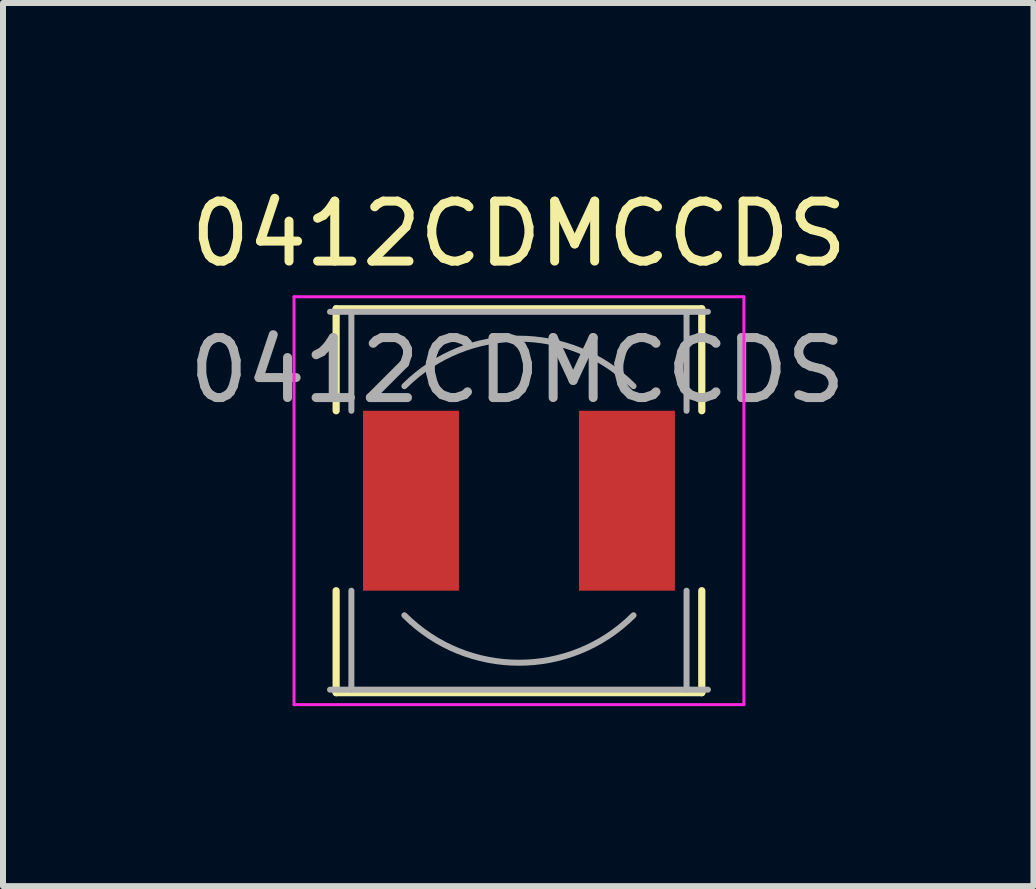
<source format=kicad_pcb>
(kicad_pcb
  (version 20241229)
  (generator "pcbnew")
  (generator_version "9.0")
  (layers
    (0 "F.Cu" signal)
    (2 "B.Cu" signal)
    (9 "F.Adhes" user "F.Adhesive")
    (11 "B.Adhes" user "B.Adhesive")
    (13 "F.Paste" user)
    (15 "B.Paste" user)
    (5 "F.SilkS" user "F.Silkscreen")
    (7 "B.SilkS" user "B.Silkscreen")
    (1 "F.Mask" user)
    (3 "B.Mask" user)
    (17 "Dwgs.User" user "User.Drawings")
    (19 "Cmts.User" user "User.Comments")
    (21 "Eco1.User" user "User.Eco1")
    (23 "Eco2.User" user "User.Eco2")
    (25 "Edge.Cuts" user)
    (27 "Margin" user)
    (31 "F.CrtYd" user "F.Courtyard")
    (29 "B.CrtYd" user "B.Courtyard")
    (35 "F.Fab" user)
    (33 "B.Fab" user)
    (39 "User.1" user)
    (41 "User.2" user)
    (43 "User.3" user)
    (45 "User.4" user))
  (footprint "0412CDMCCDS"
    (layer "F.Cu")
    (at 5.602 5.298)
    (property "Reference" "0412CDMCCDS" (at 0 -4.45 0) (layer "F.SilkS") (effects (font (size 1 1) (thickness 0.15))))
    (attr smd)
    (fp_line (start -3.048 -3.2) (end 3.048 -3.2) (stroke (width 0.12) (type solid)) (layer "F.SilkS"))
    (fp_line (start -3.048 -1.5) (end -3.048 -3.2) (stroke (width 0.12) (type solid)) (layer "F.SilkS"))
    (fp_line (start -3.048 3.2) (end -3.048 1.5) (stroke (width 0.12) (type solid)) (layer "F.SilkS"))
    (fp_line (start 3.048 -3.2) (end 3.048 -1.5) (stroke (width 0.12) (type solid)) (layer "F.SilkS"))
    (fp_line (start 3.048 1.5) (end 3.048 3.2) (stroke (width 0.12) (type solid)) (layer "F.SilkS"))
    (fp_line (start 3.048 3.2) (end -3.048 3.2) (stroke (width 0.12) (type solid)) (layer "F.SilkS"))
    (fp_line (start -3.75 -3.4) (end -3.75 3.4) (stroke (width 0.05) (type solid)) (layer "F.CrtYd"))
    (fp_line (start -3.75 3.4) (end 3.75 3.4) (stroke (width 0.05) (type solid)) (layer "F.CrtYd"))
    (fp_line (start 3.75 -3.4) (end -3.75 -3.4) (stroke (width 0.05) (type solid)) (layer "F.CrtYd"))
    (fp_line (start 3.75 3.4) (end 3.75 -3.4) (stroke (width 0.05) (type solid)) (layer "F.CrtYd"))
    (fp_line (start -3.15 -3.15) (end 3.15 -3.15) (stroke (width 0.1) (type solid)) (layer "F.Fab"))
    (fp_line (start -3.15 3.15) (end 3.15 3.15) (stroke (width 0.1) (type solid)) (layer "F.Fab"))
    (fp_line (start -2.794 -3.15) (end -2.794 -1.5) (stroke (width 0.1) (type solid)) (layer "F.Fab"))
    (fp_line (start -2.794 3.15) (end -2.794 1.5) (stroke (width 0.1) (type solid)) (layer "F.Fab"))
    (fp_line (start 2.794 -3.15) (end 2.794 -1.5) (stroke (width 0.1) (type solid)) (layer "F.Fab"))
    (fp_line (start 2.794 3.15) (end 2.794 1.5) (stroke (width 0.1) (type solid)) (layer "F.Fab"))
    (fp_arc (start -1.91 -1.91) (mid 0 -2.701148) (end 1.91 -1.91) (stroke (width 0.1) (type solid)) (layer "F.Fab"))
    (fp_arc (start 1.91 1.91) (mid 0 2.701148) (end -1.91 1.91) (stroke (width 0.1) (type solid)) (layer "F.Fab"))
    (fp_text user "${REFERENCE}" (at -0.025 -2.175 0) (layer "F.Fab") (effects (font (size 1 1) (thickness 0.15))))
    (pad "1" smd rect (at -1.8 0) (size 1.6 3) (layers "F.Cu" "F.Mask" "F.Paste"))
    (pad "2" smd rect (at 1.8 0) (size 1.6 3) (layers "F.Cu" "F.Mask" "F.Paste")))
  (gr_rect
    (start -3 -3)
    (end 14.18 11.723)
    (stroke (width 0.1) (type default))
    (fill no)
    (layer "Edge.Cuts")))
</source>
